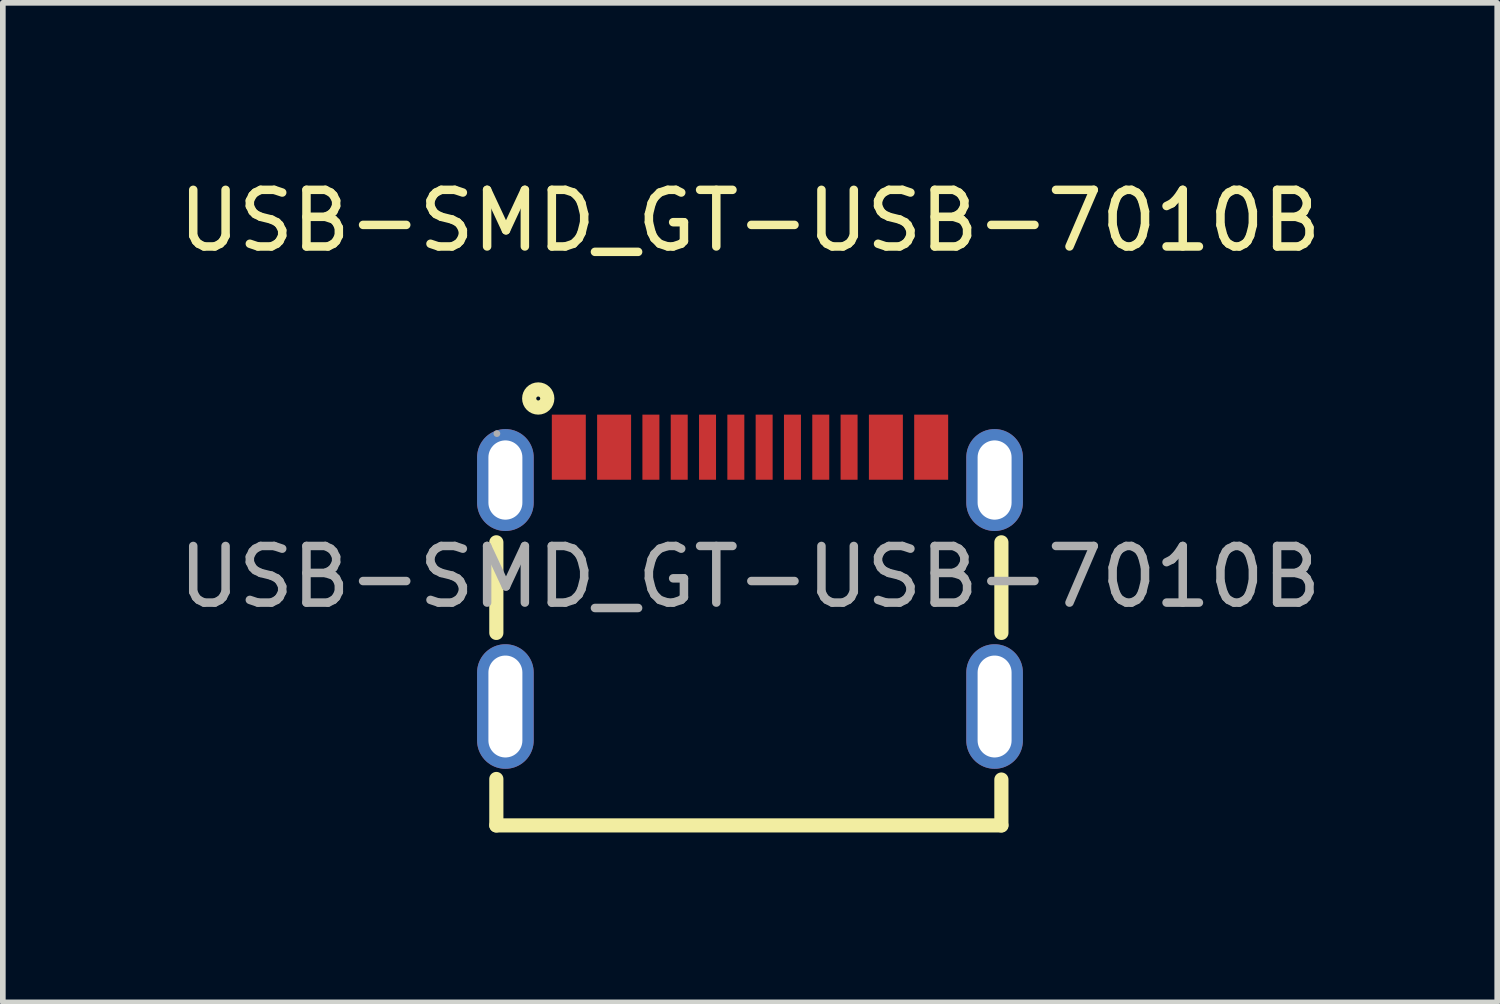
<source format=kicad_pcb>
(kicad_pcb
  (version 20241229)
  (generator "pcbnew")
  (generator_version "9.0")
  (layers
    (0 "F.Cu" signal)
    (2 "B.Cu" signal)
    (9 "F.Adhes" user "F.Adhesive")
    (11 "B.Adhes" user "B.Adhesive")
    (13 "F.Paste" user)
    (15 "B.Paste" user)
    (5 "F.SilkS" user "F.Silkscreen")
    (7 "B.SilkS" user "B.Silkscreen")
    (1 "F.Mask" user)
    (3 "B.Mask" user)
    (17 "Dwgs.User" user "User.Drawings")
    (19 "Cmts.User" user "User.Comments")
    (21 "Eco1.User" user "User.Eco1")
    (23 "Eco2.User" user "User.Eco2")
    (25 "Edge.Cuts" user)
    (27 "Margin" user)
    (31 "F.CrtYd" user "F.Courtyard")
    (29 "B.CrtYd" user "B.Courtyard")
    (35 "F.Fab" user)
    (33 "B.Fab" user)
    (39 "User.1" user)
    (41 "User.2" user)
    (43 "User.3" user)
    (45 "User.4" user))
  (footprint "USB-SMD_GT-USB-7010B"
    (layer "F.Cu")
    (at 10.196 7.138)
    (property "Reference" "USB-SMD_GT-USB-7010B" (at 0 -6.29 0) (layer "F.SilkS") (effects (font (size 1 1) (thickness 0.15))))
    (attr smd)
    (fp_line (start -4.48 0.99) (end -4.48 -0.61) (stroke (width 0.25) (type solid)) (layer "F.SilkS"))
    (fp_line (start -4.48 4.39) (end -4.48 3.57) (stroke (width 0.25) (type solid)) (layer "F.SilkS"))
    (fp_line (start 4.44 0.99) (end 4.44 -0.61) (stroke (width 0.25) (type solid)) (layer "F.SilkS"))
    (fp_line (start 4.44 3.58) (end 4.44 4.39) (stroke (width 0.25) (type solid)) (layer "F.SilkS"))
    (fp_line (start 4.44 4.39) (end -4.48 4.39) (stroke (width 0.25) (type solid)) (layer "F.SilkS"))
    (fp_circle (center -3.74 -3.15) (end -3.58 -3.15) (stroke (width 0.25) (type solid)) (fill no) (layer "F.SilkS"))
    (fp_circle (center -4.47 -2.53) (end -4.44 -2.53) (stroke (width 0.06) (type solid)) (fill no) (layer "F.Fab"))
    (fp_text user "${REFERENCE}" (at 0 0 0) (layer "F.Fab") (effects (font (size 1 1) (thickness 0.15))))
    (pad "1" smd rect (at -3.2 -2.29) (size 0.6 1.15) (layers "F.Cu" "F.Mask" "F.Paste"))
    (pad "2" smd rect (at -2.4 -2.29) (size 0.6 1.15) (layers "F.Cu" "F.Mask" "F.Paste"))
    (pad "3" smd rect (at -1.75 -2.29) (size 0.3 1.15) (layers "F.Cu" "F.Mask" "F.Paste"))
    (pad "4" smd rect (at -1.25 -2.29) (size 0.3 1.15) (layers "F.Cu" "F.Mask" "F.Paste"))
    (pad "5" smd rect (at -0.75 -2.29) (size 0.3 1.15) (layers "F.Cu" "F.Mask" "F.Paste"))
    (pad "6" smd rect (at -0.25 -2.29) (size 0.3 1.15) (layers "F.Cu" "F.Mask" "F.Paste"))
    (pad "7" smd rect (at 0.25 -2.29) (size 0.3 1.15) (layers "F.Cu" "F.Mask" "F.Paste"))
    (pad "8" smd rect (at 0.75 -2.29) (size 0.3 1.15) (layers "F.Cu" "F.Mask" "F.Paste"))
    (pad "9" smd rect (at 1.25 -2.29) (size 0.3 1.15) (layers "F.Cu" "F.Mask" "F.Paste"))
    (pad "10" smd rect (at 1.75 -2.29) (size 0.3 1.15) (layers "F.Cu" "F.Mask" "F.Paste"))
    (pad "11" smd rect (at 2.4 -2.29) (size 0.6 1.15) (layers "F.Cu" "F.Mask" "F.Paste"))
    (pad "12" smd rect (at 3.2 -2.29) (size 0.6 1.15) (layers "F.Cu" "F.Mask" "F.Paste"))
    (pad "13" thru_hole oval (at -4.32 2.29) (size 1 2.2) (drill oval 0.6 1.8) (layers "*.Cu" "*.Paste" "*.Mask"))
    (pad "14" thru_hole oval (at 4.32 2.29) (size 1 2.2) (drill oval 0.6 1.8) (layers "*.Cu" "*.Paste" "*.Mask"))
    (pad "15" thru_hole oval (at -4.32 -1.71) (size 1 1.8) (drill oval 0.6 1.4) (layers "*.Cu" "*.Paste" "*.Mask"))
    (pad "16" thru_hole oval (at 4.32 -1.71) (size 1 1.8) (drill oval 0.6 1.4) (layers "*.Cu" "*.Paste" "*.Mask")))
  (gr_rect
    (start -3 -3)
    (end 23.393 14.653)
    (stroke (width 0.1) (type default))
    (fill no)
    (layer "Edge.Cuts")))
</source>
